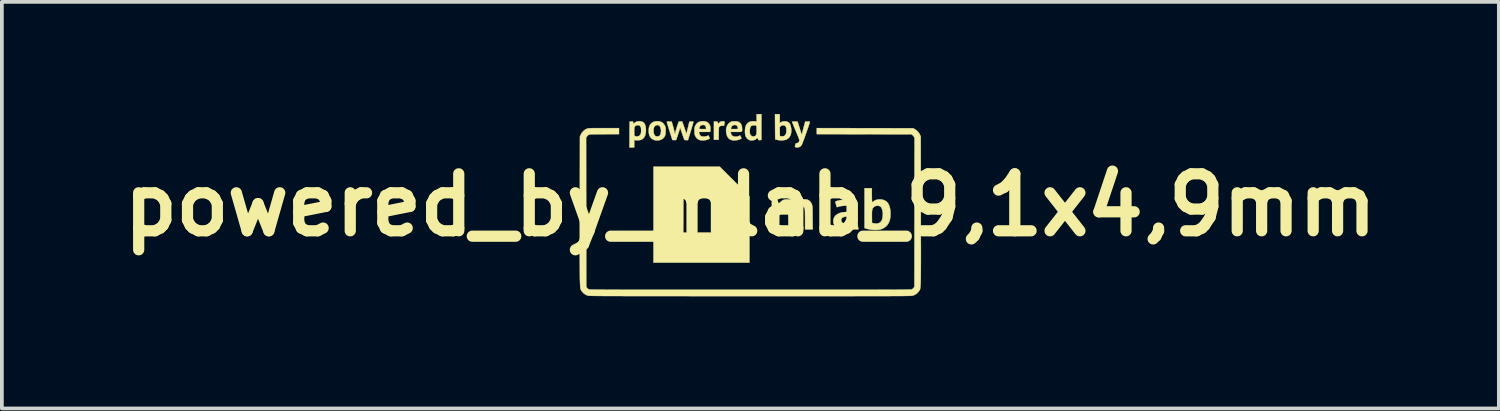
<source format=kicad_pcb>
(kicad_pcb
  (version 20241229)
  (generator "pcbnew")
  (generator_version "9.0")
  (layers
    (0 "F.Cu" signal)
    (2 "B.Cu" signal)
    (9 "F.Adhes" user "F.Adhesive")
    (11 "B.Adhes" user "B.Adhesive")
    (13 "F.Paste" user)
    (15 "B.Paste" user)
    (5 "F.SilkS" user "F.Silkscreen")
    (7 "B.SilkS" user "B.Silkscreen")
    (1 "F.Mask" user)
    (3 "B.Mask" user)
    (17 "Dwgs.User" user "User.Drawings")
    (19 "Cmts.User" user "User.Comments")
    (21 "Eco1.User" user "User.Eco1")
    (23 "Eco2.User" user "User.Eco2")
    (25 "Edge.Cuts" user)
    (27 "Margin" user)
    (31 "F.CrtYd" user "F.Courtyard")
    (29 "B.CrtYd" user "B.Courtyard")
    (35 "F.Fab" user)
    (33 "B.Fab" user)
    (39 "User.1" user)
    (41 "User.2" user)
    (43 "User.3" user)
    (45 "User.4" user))
  (footprint "powered_by_mlab_9,1x4,9mm"
    (layer "F.Cu")
    (at 17.025 2.435)
    (property "Reference" "powered_by_mlab_9,1x4,9mm" (at 0 0 0) (layer "F.SilkS") (effects (font (size 1.524 1.524) (thickness 0.3))))
    (attr through_hole)
    (fp_poly (pts (xy -0.025 -0.233) (xy -0.025 1.541) (xy -2.591 1.541) (xy -2.591 0.737) (xy -1.795 0.737) (xy -0.83 0.737) (xy -0.83 -0.229) (xy -1.31 -0.227) (xy -1.791 -0.224) (xy -1.793 0.256) (xy -1.795 0.737) (xy -2.591 0.737) (xy -2.591 -1.024) (xy -0.817 -1.024) (xy -0.025 -0.233)) (stroke (width 0.01) (type solid)) (fill yes) (layer "F.SilkS"))
    (fp_poly (pts (xy 2.066 0.669) (xy 1.968 0.669) (xy 1.922 0.668) (xy 1.89 0.666) (xy 1.872 0.663) (xy 1.867 0.658) (xy 1.866 0.648) (xy 1.865 0.623) (xy 1.865 0.583) (xy 1.865 0.531) (xy 1.864 0.467) (xy 1.864 0.394) (xy 1.864 0.313) (xy 1.864 0.225) (xy 1.865 0.131) (xy 1.865 0.097) (xy 1.867 -0.453) (xy 1.966 -0.455) (xy 2.066 -0.458) (xy 2.066 0.669)) (stroke (width 0.01) (type solid)) (fill yes) (layer "F.SilkS"))
    (fp_poly (pts (xy -0.722 -2.24) (xy -0.699 -2.235) (xy -0.689 -2.229) (xy -0.688 -2.218) (xy -0.689 -2.211) (xy -0.693 -2.188) (xy -0.698 -2.159) (xy -0.699 -2.153) (xy -0.704 -2.117) (xy -0.74 -2.122) (xy -0.777 -2.121) (xy -0.81 -2.11) (xy -0.834 -2.09) (xy -0.838 -2.083) (xy -0.841 -2.069) (xy -0.843 -2.041) (xy -0.845 -2) (xy -0.846 -1.949) (xy -0.847 -1.906) (xy -0.847 -1.744) (xy -0.974 -1.744) (xy -0.974 -2.236) (xy -0.926 -2.234) (xy -0.898 -2.232) (xy -0.883 -2.227) (xy -0.875 -2.218) (xy -0.869 -2.201) (xy -0.869 -2.198) (xy -0.859 -2.166) (xy -0.839 -2.193) (xy -0.808 -2.223) (xy -0.767 -2.239) (xy -0.722 -2.24) (xy -0.722 -2.24)) (stroke (width 0.01) (type solid)) (fill yes) (layer "F.SilkS"))
    (fp_poly (pts (xy 0.787 -2.193) (xy 0.818 -2.214) (xy 0.861 -2.234) (xy 0.911 -2.241) (xy 0.962 -2.237) (xy 1.009 -2.219) (xy 1.025 -2.209) (xy 1.051 -2.182) (xy 1.071 -2.142) (xy 1.085 -2.092) (xy 1.094 -2.037) (xy 1.095 -1.979) (xy 1.09 -1.923) (xy 1.077 -1.871) (xy 1.072 -1.86) (xy 1.047 -1.818) (xy 1.01 -1.78) (xy 0.969 -1.753) (xy 0.932 -1.741) (xy 0.884 -1.733) (xy 0.832 -1.73) (xy 0.781 -1.733) (xy 0.758 -1.736) (xy 0.727 -1.742) (xy 0.699 -1.749) (xy 0.69 -1.751) (xy 0.665 -1.758) (xy 0.662 -2.084) (xy 0.787 -2.084) (xy 0.787 -1.966) (xy 0.788 -1.914) (xy 0.789 -1.878) (xy 0.792 -1.855) (xy 0.796 -1.844) (xy 0.798 -1.843) (xy 0.812 -1.84) (xy 0.836 -1.838) (xy 0.852 -1.838) (xy 0.885 -1.84) (xy 0.91 -1.85) (xy 0.919 -1.856) (xy 0.942 -1.881) (xy 0.957 -1.916) (xy 0.964 -1.961) (xy 0.965 -1.993) (xy 0.962 -2.047) (xy 0.953 -2.087) (xy 0.935 -2.114) (xy 0.91 -2.129) (xy 0.876 -2.134) (xy 0.847 -2.131) (xy 0.826 -2.121) (xy 0.812 -2.109) (xy 0.787 -2.084) (xy 0.662 -2.084) (xy 0.662 -2.094) (xy 0.66 -2.43) (xy 0.787 -2.43) (xy 0.787 -2.193)) (stroke (width 0.01) (type solid)) (fill yes) (layer "F.SilkS"))
    (fp_poly (pts (xy -2.445 -2.24) (xy -2.388 -2.225) (xy -2.341 -2.196) (xy -2.304 -2.154) (xy -2.289 -2.128) (xy -2.278 -2.104) (xy -2.271 -2.084) (xy -2.267 -2.061) (xy -2.265 -2.032) (xy -2.265 -1.991) (xy -2.265 -1.985) (xy -2.267 -1.927) (xy -2.274 -1.881) (xy -2.287 -1.844) (xy -2.307 -1.812) (xy -2.333 -1.784) (xy -2.375 -1.754) (xy -2.427 -1.735) (xy -2.485 -1.728) (xy -2.546 -1.733) (xy -2.577 -1.741) (xy -2.622 -1.763) (xy -2.662 -1.798) (xy -2.692 -1.841) (xy -2.705 -1.872) (xy -2.714 -1.915) (xy -2.718 -1.966) (xy -2.718 -1.992) (xy -2.591 -1.992) (xy -2.591 -1.99) (xy -2.586 -1.931) (xy -2.572 -1.885) (xy -2.55 -1.854) (xy -2.53 -1.841) (xy -2.492 -1.834) (xy -2.452 -1.841) (xy -2.432 -1.851) (xy -2.416 -1.87) (xy -2.402 -1.901) (xy -2.393 -1.941) (xy -2.39 -1.983) (xy -2.391 -2.01) (xy -2.4 -2.06) (xy -2.414 -2.096) (xy -2.436 -2.121) (xy -2.46 -2.133) (xy -2.484 -2.14) (xy -2.502 -2.139) (xy -2.524 -2.131) (xy -2.528 -2.129) (xy -2.557 -2.109) (xy -2.576 -2.081) (xy -2.587 -2.043) (xy -2.591 -1.992) (xy -2.718 -1.992) (xy -2.718 -2.018) (xy -2.713 -2.066) (xy -2.705 -2.099) (xy -2.68 -2.153) (xy -2.642 -2.194) (xy -2.594 -2.223) (xy -2.535 -2.239) (xy -2.513 -2.242) (xy -2.445 -2.24)) (stroke (width 0.01) (type solid)) (fill yes) (layer "F.SilkS"))
    (fp_poly (pts (xy -2.912 -2.235) (xy -2.867 -2.215) (xy -2.847 -2.2) (xy -2.823 -2.166) (xy -2.806 -2.119) (xy -2.796 -2.06) (xy -2.793 -2.008) (xy -2.799 -1.928) (xy -2.814 -1.863) (xy -2.84 -1.81) (xy -2.877 -1.771) (xy -2.923 -1.745) (xy -2.981 -1.733) (xy -3.01 -1.731) (xy -3.043 -1.732) (xy -3.071 -1.735) (xy -3.088 -1.738) (xy -3.107 -1.745) (xy -3.107 -1.541) (xy -3.234 -1.541) (xy -3.232 -1.886) (xy -3.232 -1.963) (xy -3.107 -1.963) (xy -3.107 -1.917) (xy -3.106 -1.885) (xy -3.102 -1.864) (xy -3.096 -1.851) (xy -3.085 -1.844) (xy -3.069 -1.839) (xy -3.061 -1.837) (xy -3.018 -1.834) (xy -2.98 -1.847) (xy -2.961 -1.861) (xy -2.943 -1.885) (xy -2.93 -1.912) (xy -2.929 -1.913) (xy -2.924 -1.947) (xy -2.921 -1.988) (xy -2.923 -2.031) (xy -2.928 -2.068) (xy -2.933 -2.088) (xy -2.953 -2.116) (xy -2.982 -2.133) (xy -3.015 -2.138) (xy -3.048 -2.132) (xy -3.077 -2.115) (xy -3.091 -2.097) (xy -3.098 -2.083) (xy -3.103 -2.067) (xy -3.105 -2.044) (xy -3.107 -2.011) (xy -3.107 -1.965) (xy -3.107 -1.963) (xy -3.232 -1.963) (xy -3.23 -2.231) (xy -3.186 -2.234) (xy -3.16 -2.234) (xy -3.146 -2.232) (xy -3.139 -2.224) (xy -3.136 -2.212) (xy -3.129 -2.189) (xy -3.122 -2.181) (xy -3.11 -2.187) (xy -3.1 -2.196) (xy -3.06 -2.224) (xy -3.012 -2.239) (xy -2.961 -2.243) (xy -2.912 -2.235)) (stroke (width 0.01) (type solid)) (fill yes) (layer "F.SilkS"))
    (fp_poly (pts (xy 3.251 -0.262) (xy 3.252 -0.192) (xy 3.253 -0.139) (xy 3.255 -0.102) (xy 3.257 -0.081) (xy 3.26 -0.076) (xy 3.272 -0.081) (xy 3.291 -0.093) (xy 3.3 -0.101) (xy 3.353 -0.132) (xy 3.414 -0.148) (xy 3.482 -0.151) (xy 3.551 -0.139) (xy 3.61 -0.116) (xy 3.658 -0.079) (xy 3.696 -0.029) (xy 3.723 0.034) (xy 3.741 0.11) (xy 3.75 0.2) (xy 3.75 0.237) (xy 3.745 0.33) (xy 3.729 0.411) (xy 3.701 0.48) (xy 3.662 0.54) (xy 3.633 0.57) (xy 3.579 0.611) (xy 3.518 0.641) (xy 3.448 0.66) (xy 3.368 0.667) (xy 3.276 0.664) (xy 3.23 0.659) (xy 3.188 0.652) (xy 3.143 0.642) (xy 3.114 0.635) (xy 3.056 0.618) (xy 3.056 0.281) (xy 3.253 0.281) (xy 3.253 0.313) (xy 3.255 0.478) (xy 3.294 0.488) (xy 3.355 0.498) (xy 3.412 0.493) (xy 3.432 0.487) (xy 3.469 0.468) (xy 3.498 0.44) (xy 3.52 0.401) (xy 3.535 0.348) (xy 3.541 0.313) (xy 3.546 0.248) (xy 3.542 0.187) (xy 3.531 0.131) (xy 3.514 0.085) (xy 3.49 0.05) (xy 3.479 0.04) (xy 3.442 0.023) (xy 3.399 0.018) (xy 3.356 0.025) (xy 3.316 0.044) (xy 3.307 0.052) (xy 3.289 0.069) (xy 3.275 0.087) (xy 3.265 0.109) (xy 3.259 0.137) (xy 3.255 0.173) (xy 3.253 0.22) (xy 3.253 0.281) (xy 3.056 0.281) (xy 3.056 -0.449) (xy 3.251 -0.449) (xy 3.251 -0.262)) (stroke (width 0.01) (type solid)) (fill yes) (layer "F.SilkS"))
    (fp_poly (pts (xy -0.353 -2.235) (xy -0.315 -2.224) (xy -0.308 -2.221) (xy -0.269 -2.192) (xy -0.242 -2.155) (xy -0.226 -2.107) (xy -0.22 -2.046) (xy -0.22 -2.04) (xy -0.22 -2.01) (xy -0.221 -1.989) (xy -0.225 -1.974) (xy -0.236 -1.964) (xy -0.254 -1.959) (xy -0.282 -1.956) (xy -0.322 -1.956) (xy -0.378 -1.956) (xy -0.527 -1.956) (xy -0.522 -1.933) (xy -0.511 -1.892) (xy -0.494 -1.863) (xy -0.472 -1.846) (xy -0.439 -1.833) (xy -0.397 -1.829) (xy -0.353 -1.832) (xy -0.313 -1.843) (xy -0.308 -1.845) (xy -0.273 -1.861) (xy -0.255 -1.823) (xy -0.245 -1.801) (xy -0.238 -1.785) (xy -0.237 -1.782) (xy -0.244 -1.776) (xy -0.262 -1.766) (xy -0.284 -1.755) (xy -0.329 -1.741) (xy -0.381 -1.732) (xy -0.434 -1.729) (xy -0.483 -1.733) (xy -0.505 -1.739) (xy -0.554 -1.761) (xy -0.591 -1.795) (xy -0.619 -1.84) (xy -0.639 -1.899) (xy -0.643 -1.922) (xy -0.65 -1.994) (xy -0.646 -2.032) (xy -0.519 -2.032) (xy -0.424 -2.032) (xy -0.38 -2.033) (xy -0.351 -2.034) (xy -0.335 -2.038) (xy -0.33 -2.043) (xy -0.33 -2.043) (xy -0.334 -2.07) (xy -0.345 -2.099) (xy -0.359 -2.122) (xy -0.366 -2.129) (xy -0.387 -2.137) (xy -0.414 -2.142) (xy -0.421 -2.142) (xy -0.459 -2.134) (xy -0.489 -2.113) (xy -0.509 -2.082) (xy -0.514 -2.064) (xy -0.519 -2.032) (xy -0.646 -2.032) (xy -0.643 -2.06) (xy -0.623 -2.119) (xy -0.592 -2.17) (xy -0.549 -2.209) (xy -0.529 -2.221) (xy -0.494 -2.233) (xy -0.449 -2.24) (xy -0.4 -2.24) (xy -0.353 -2.235)) (stroke (width 0.01) (type solid)) (fill yes) (layer "F.SilkS"))
    (fp_poly (pts (xy 0.296 -2.091) (xy 0.296 -2.017) (xy 0.296 -1.948) (xy 0.296 -1.886) (xy 0.296 -1.834) (xy 0.296 -1.792) (xy 0.296 -1.762) (xy 0.296 -1.748) (xy 0.296 -1.746) (xy 0.289 -1.742) (xy 0.27 -1.739) (xy 0.255 -1.737) (xy 0.23 -1.736) (xy 0.217 -1.739) (xy 0.211 -1.749) (xy 0.207 -1.763) (xy 0.201 -1.787) (xy 0.194 -1.796) (xy 0.183 -1.791) (xy 0.165 -1.774) (xy 0.126 -1.746) (xy 0.078 -1.731) (xy 0.025 -1.728) (xy -0.025 -1.738) (xy -0.063 -1.758) (xy -0.096 -1.791) (xy -0.122 -1.833) (xy -0.132 -1.859) (xy -0.14 -1.902) (xy -0.144 -1.953) (xy -0.016 -1.953) (xy -0.011 -1.912) (xy 0.001 -1.881) (xy 0.013 -1.863) (xy 0.042 -1.841) (xy 0.077 -1.833) (xy 0.116 -1.841) (xy 0.129 -1.847) (xy 0.145 -1.859) (xy 0.156 -1.878) (xy 0.164 -1.906) (xy 0.168 -1.946) (xy 0.169 -2) (xy 0.169 -2.01) (xy 0.169 -2.058) (xy 0.167 -2.092) (xy 0.162 -2.113) (xy 0.152 -2.126) (xy 0.136 -2.132) (xy 0.112 -2.134) (xy 0.098 -2.134) (xy 0.056 -2.129) (xy 0.026 -2.116) (xy 0.005 -2.091) (xy -0.008 -2.053) (xy -0.015 -2.005) (xy -0.016 -1.953) (xy -0.144 -1.953) (xy -0.144 -1.953) (xy -0.143 -2.006) (xy -0.138 -2.057) (xy -0.129 -2.101) (xy -0.119 -2.125) (xy -0.094 -2.167) (xy -0.066 -2.197) (xy -0.031 -2.22) (xy -0.03 -2.22) (xy 0.007 -2.233) (xy 0.053 -2.241) (xy 0.099 -2.242) (xy 0.138 -2.237) (xy 0.169 -2.228) (xy 0.169 -2.43) (xy 0.296 -2.43) (xy 0.296 -2.091)) (stroke (width 0.01) (type solid)) (fill yes) (layer "F.SilkS"))
    (fp_poly (pts (xy 1.582 -2.233) (xy 1.59 -2.228) (xy 1.592 -2.223) (xy 1.589 -2.21) (xy 1.581 -2.183) (xy 1.569 -2.145) (xy 1.553 -2.098) (xy 1.535 -2.044) (xy 1.514 -1.985) (xy 1.493 -1.923) (xy 1.471 -1.862) (xy 1.45 -1.802) (xy 1.43 -1.747) (xy 1.411 -1.699) (xy 1.396 -1.659) (xy 1.384 -1.63) (xy 1.377 -1.614) (xy 1.348 -1.575) (xy 1.314 -1.552) (xy 1.273 -1.542) (xy 1.257 -1.541) (xy 1.23 -1.543) (xy 1.209 -1.546) (xy 1.203 -1.549) (xy 1.196 -1.556) (xy 1.195 -1.568) (xy 1.199 -1.591) (xy 1.201 -1.604) (xy 1.208 -1.631) (xy 1.215 -1.645) (xy 1.224 -1.65) (xy 1.236 -1.651) (xy 1.264 -1.659) (xy 1.29 -1.678) (xy 1.308 -1.706) (xy 1.311 -1.714) (xy 1.312 -1.724) (xy 1.311 -1.736) (xy 1.307 -1.754) (xy 1.299 -1.779) (xy 1.286 -1.812) (xy 1.269 -1.855) (xy 1.246 -1.911) (xy 1.218 -1.977) (xy 1.193 -2.037) (xy 1.171 -2.091) (xy 1.151 -2.14) (xy 1.135 -2.179) (xy 1.124 -2.207) (xy 1.119 -2.223) (xy 1.118 -2.225) (xy 1.122 -2.23) (xy 1.137 -2.233) (xy 1.164 -2.234) (xy 1.19 -2.233) (xy 1.263 -2.231) (xy 1.314 -2.07) (xy 1.33 -2.02) (xy 1.344 -1.974) (xy 1.357 -1.936) (xy 1.366 -1.908) (xy 1.371 -1.894) (xy 1.371 -1.893) (xy 1.375 -1.89) (xy 1.381 -1.901) (xy 1.389 -1.928) (xy 1.396 -1.956) (xy 1.406 -1.999) (xy 1.42 -2.051) (xy 1.434 -2.103) (xy 1.442 -2.134) (xy 1.469 -2.231) (xy 1.531 -2.233) (xy 1.563 -2.234) (xy 1.582 -2.233)) (stroke (width 0.01) (type solid)) (fill yes) (layer "F.SilkS"))
    (fp_poly (pts (xy -1.24 -2.242) (xy -1.183 -2.23) (xy -1.136 -2.206) (xy -1.101 -2.169) (xy -1.078 -2.123) (xy -1.067 -2.066) (xy -1.07 -2) (xy -1.07 -1.995) (xy -1.076 -1.956) (xy -1.374 -1.956) (xy -1.369 -1.924) (xy -1.355 -1.884) (xy -1.33 -1.852) (xy -1.312 -1.839) (xy -1.288 -1.833) (xy -1.254 -1.831) (xy -1.216 -1.833) (xy -1.18 -1.839) (xy -1.152 -1.848) (xy -1.152 -1.848) (xy -1.133 -1.857) (xy -1.122 -1.861) (xy -1.121 -1.861) (xy -1.117 -1.852) (xy -1.107 -1.834) (xy -1.101 -1.821) (xy -1.09 -1.798) (xy -1.087 -1.786) (xy -1.09 -1.778) (xy -1.097 -1.772) (xy -1.131 -1.755) (xy -1.175 -1.741) (xy -1.226 -1.732) (xy -1.277 -1.729) (xy -1.324 -1.732) (xy -1.342 -1.735) (xy -1.392 -1.754) (xy -1.431 -1.784) (xy -1.463 -1.827) (xy -1.475 -1.85) (xy -1.484 -1.872) (xy -1.49 -1.895) (xy -1.493 -1.922) (xy -1.494 -1.959) (xy -1.494 -1.985) (xy -1.494 -2.028) (xy -1.493 -2.04) (xy -1.372 -2.04) (xy -1.364 -2.037) (xy -1.341 -2.034) (xy -1.307 -2.032) (xy -1.278 -2.032) (xy -1.185 -2.032) (xy -1.185 -2.058) (xy -1.19 -2.086) (xy -1.201 -2.113) (xy -1.217 -2.133) (xy -1.224 -2.137) (xy -1.251 -2.142) (xy -1.283 -2.141) (xy -1.312 -2.135) (xy -1.325 -2.129) (xy -1.34 -2.113) (xy -1.355 -2.088) (xy -1.367 -2.061) (xy -1.372 -2.04) (xy -1.493 -2.04) (xy -1.492 -2.058) (xy -1.489 -2.081) (xy -1.482 -2.102) (xy -1.472 -2.125) (xy -1.47 -2.128) (xy -1.438 -2.177) (xy -1.395 -2.212) (xy -1.342 -2.234) (xy -1.279 -2.243) (xy -1.24 -2.242)) (stroke (width 0.01) (type solid)) (fill yes) (layer "F.SilkS"))
    (fp_poly (pts (xy -1.779 -2.11) (xy -1.763 -2.062) (xy -1.747 -2.017) (xy -1.735 -1.977) (xy -1.726 -1.947) (xy -1.724 -1.938) (xy -1.717 -1.913) (xy -1.713 -1.902) (xy -1.71 -1.905) (xy -1.707 -1.918) (xy -1.703 -1.934) (xy -1.696 -1.964) (xy -1.686 -2.003) (xy -1.675 -2.049) (xy -1.665 -2.087) (xy -1.63 -2.231) (xy -1.577 -2.233) (xy -1.547 -2.234) (xy -1.531 -2.232) (xy -1.525 -2.227) (xy -1.524 -2.222) (xy -1.526 -2.21) (xy -1.533 -2.185) (xy -1.543 -2.149) (xy -1.556 -2.105) (xy -1.571 -2.056) (xy -1.571 -2.055) (xy -1.588 -1.999) (xy -1.606 -1.942) (xy -1.622 -1.889) (xy -1.636 -1.844) (xy -1.644 -1.818) (xy -1.669 -1.735) (xy -1.716 -1.737) (xy -1.763 -1.74) (xy -1.805 -1.854) (xy -1.821 -1.901) (xy -1.837 -1.947) (xy -1.851 -1.989) (xy -1.861 -2.02) (xy -1.862 -2.024) (xy -1.87 -2.052) (xy -1.876 -2.066) (xy -1.879 -2.067) (xy -1.883 -2.057) (xy -1.883 -2.053) (xy -1.888 -2.037) (xy -1.897 -2.008) (xy -1.909 -1.969) (xy -1.924 -1.924) (xy -1.937 -1.884) (xy -1.985 -1.74) (xy -2.034 -1.737) (xy -2.066 -1.737) (xy -2.083 -1.741) (xy -2.087 -1.746) (xy -2.096 -1.774) (xy -2.108 -1.812) (xy -2.123 -1.859) (xy -2.139 -1.91) (xy -2.157 -1.965) (xy -2.174 -2.02) (xy -2.19 -2.073) (xy -2.205 -2.122) (xy -2.218 -2.164) (xy -2.228 -2.197) (xy -2.234 -2.218) (xy -2.235 -2.225) (xy -2.231 -2.23) (xy -2.217 -2.233) (xy -2.191 -2.234) (xy -2.17 -2.233) (xy -2.105 -2.231) (xy -2.069 -2.108) (xy -2.056 -2.061) (xy -2.044 -2.015) (xy -2.035 -1.975) (xy -2.029 -1.946) (xy -2.028 -1.939) (xy -2.023 -1.914) (xy -2.018 -1.905) (xy -2.012 -1.913) (xy -2.006 -1.937) (xy -2.002 -1.954) (xy -1.998 -1.976) (xy -1.988 -2.009) (xy -1.976 -2.05) (xy -1.962 -2.095) (xy -1.956 -2.111) (xy -1.916 -2.231) (xy -1.87 -2.233) (xy -1.824 -2.236) (xy -1.779 -2.11)) (stroke (width 0.01) (type solid)) (fill yes) (layer "F.SilkS"))
    (fp_poly (pts (xy 1.489 -0.15) (xy 1.522 -0.144) (xy 1.527 -0.143) (xy 1.567 -0.124) (xy 1.604 -0.091) (xy 1.633 -0.047) (xy 1.645 -0.021) (xy 1.649 -0.007) (xy 1.653 0.007) (xy 1.657 0.023) (xy 1.659 0.042) (xy 1.661 0.068) (xy 1.663 0.101) (xy 1.664 0.143) (xy 1.665 0.197) (xy 1.665 0.264) (xy 1.666 0.341) (xy 1.669 0.652) (xy 1.465 0.652) (xy 1.465 0.393) (xy 1.464 0.309) (xy 1.463 0.238) (xy 1.462 0.179) (xy 1.46 0.134) (xy 1.457 0.105) (xy 1.455 0.097) (xy 1.441 0.062) (xy 1.42 0.039) (xy 1.388 0.028) (xy 1.354 0.025) (xy 1.31 0.031) (xy 1.276 0.049) (xy 1.248 0.082) (xy 1.236 0.102) (xy 1.231 0.113) (xy 1.227 0.124) (xy 1.224 0.139) (xy 1.222 0.159) (xy 1.221 0.186) (xy 1.22 0.223) (xy 1.219 0.271) (xy 1.219 0.333) (xy 1.219 0.394) (xy 1.219 0.652) (xy 1.12 0.65) (xy 1.02 0.648) (xy 1.016 0.373) (xy 1.014 0.281) (xy 1.012 0.205) (xy 1.009 0.147) (xy 1.007 0.105) (xy 1.003 0.081) (xy 1.002 0.075) (xy 0.981 0.046) (xy 0.95 0.03) (xy 0.912 0.025) (xy 0.866 0.031) (xy 0.829 0.05) (xy 0.798 0.082) (xy 0.775 0.113) (xy 0.772 0.382) (xy 0.77 0.652) (xy 0.576 0.652) (xy 0.576 -0.135) (xy 0.727 -0.135) (xy 0.736 -0.104) (xy 0.742 -0.08) (xy 0.745 -0.061) (xy 0.745 -0.059) (xy 0.747 -0.045) (xy 0.755 -0.042) (xy 0.771 -0.05) (xy 0.795 -0.07) (xy 0.802 -0.077) (xy 0.838 -0.108) (xy 0.869 -0.128) (xy 0.899 -0.141) (xy 0.935 -0.148) (xy 0.975 -0.151) (xy 1.038 -0.15) (xy 1.088 -0.14) (xy 1.128 -0.119) (xy 1.16 -0.087) (xy 1.178 -0.057) (xy 1.195 -0.024) (xy 1.22 -0.057) (xy 1.258 -0.097) (xy 1.306 -0.129) (xy 1.337 -0.142) (xy 1.365 -0.148) (xy 1.404 -0.151) (xy 1.447 -0.152) (xy 1.489 -0.15)) (stroke (width 0.01) (type solid)) (fill yes) (layer "F.SilkS"))
    (fp_poly (pts (xy 2.673 -0.144) (xy 2.737 -0.128) (xy 2.788 -0.1) (xy 2.829 -0.062) (xy 2.857 -0.017) (xy 2.862 -0.005) (xy 2.866 0.007) (xy 2.869 0.021) (xy 2.871 0.04) (xy 2.872 0.065) (xy 2.873 0.099) (xy 2.873 0.143) (xy 2.873 0.201) (xy 2.872 0.273) (xy 2.871 0.363) (xy 2.872 0.438) (xy 2.874 0.499) (xy 2.876 0.548) (xy 2.88 0.587) (xy 2.886 0.617) (xy 2.893 0.64) (xy 2.893 0.64) (xy 2.893 0.646) (xy 2.885 0.649) (xy 2.868 0.651) (xy 2.838 0.651) (xy 2.814 0.65) (xy 2.731 0.648) (xy 2.716 0.597) (xy 2.707 0.571) (xy 2.7 0.551) (xy 2.697 0.544) (xy 2.69 0.548) (xy 2.676 0.561) (xy 2.664 0.573) (xy 2.616 0.615) (xy 2.562 0.643) (xy 2.499 0.656) (xy 2.477 0.658) (xy 2.431 0.658) (xy 2.394 0.654) (xy 2.362 0.644) (xy 2.313 0.619) (xy 2.273 0.582) (xy 2.244 0.536) (xy 2.225 0.486) (xy 2.219 0.433) (xy 2.22 0.418) (xy 2.431 0.418) (xy 2.442 0.451) (xy 2.465 0.476) (xy 2.492 0.49) (xy 2.525 0.494) (xy 2.563 0.492) (xy 2.597 0.483) (xy 2.603 0.48) (xy 2.62 0.469) (xy 2.641 0.452) (xy 2.648 0.446) (xy 2.663 0.431) (xy 2.671 0.417) (xy 2.675 0.398) (xy 2.675 0.368) (xy 2.675 0.362) (xy 2.675 0.305) (xy 2.614 0.305) (xy 2.557 0.308) (xy 2.508 0.318) (xy 2.47 0.334) (xy 2.447 0.353) (xy 2.432 0.384) (xy 2.431 0.418) (xy 2.22 0.418) (xy 2.225 0.38) (xy 2.243 0.33) (xy 2.276 0.286) (xy 2.279 0.282) (xy 2.327 0.245) (xy 2.381 0.217) (xy 2.446 0.199) (xy 2.521 0.189) (xy 2.588 0.186) (xy 2.674 0.186) (xy 2.68 0.153) (xy 2.681 0.11) (xy 2.671 0.072) (xy 2.651 0.042) (xy 2.639 0.033) (xy 2.625 0.025) (xy 2.61 0.021) (xy 2.59 0.018) (xy 2.561 0.018) (xy 2.519 0.02) (xy 2.448 0.026) (xy 2.389 0.036) (xy 2.371 0.041) (xy 2.343 0.05) (xy 2.323 0.055) (xy 2.315 0.057) (xy 2.315 0.057) (xy 2.312 0.048) (xy 2.305 0.028) (xy 2.296 -0.002) (xy 2.292 -0.017) (xy 2.281 -0.054) (xy 2.276 -0.078) (xy 2.277 -0.091) (xy 2.28 -0.095) (xy 2.3 -0.103) (xy 2.333 -0.113) (xy 2.374 -0.123) (xy 2.421 -0.132) (xy 2.469 -0.14) (xy 2.509 -0.145) (xy 2.597 -0.15) (xy 2.673 -0.144)) (stroke (width 0.01) (type solid)) (fill yes) (layer "F.SilkS"))
    (fp_poly (pts (xy 4.356 -2.053) (xy 4.393 -2.033) (xy 4.448 -1.996) (xy 4.495 -1.948) (xy 4.531 -1.895) (xy 4.535 -1.886) (xy 4.559 -1.833) (xy 4.562 0.165) (xy 4.562 0.385) (xy 4.562 0.59) (xy 4.562 0.778) (xy 4.562 0.952) (xy 4.563 1.112) (xy 4.563 1.257) (xy 4.563 1.39) (xy 4.563 1.51) (xy 4.562 1.618) (xy 4.562 1.716) (xy 4.561 1.803) (xy 4.561 1.88) (xy 4.56 1.947) (xy 4.559 2.007) (xy 4.558 2.058) (xy 4.556 2.102) (xy 4.554 2.14) (xy 4.552 2.171) (xy 4.55 2.197) (xy 4.547 2.219) (xy 4.544 2.236) (xy 4.541 2.251) (xy 4.538 2.262) (xy 4.534 2.271) (xy 4.529 2.279) (xy 4.525 2.286) (xy 4.52 2.293) (xy 4.514 2.301) (xy 4.508 2.309) (xy 4.508 2.309) (xy 4.468 2.356) (xy 4.416 2.394) (xy 4.356 2.421) (xy 4.34 2.425) (xy 4.334 2.426) (xy 4.327 2.427) (xy 4.317 2.428) (xy 4.303 2.429) (xy 4.285 2.43) (xy 4.263 2.431) (xy 4.237 2.431) (xy 4.205 2.432) (xy 4.168 2.433) (xy 4.125 2.433) (xy 4.076 2.434) (xy 4.02 2.434) (xy 3.957 2.435) (xy 3.886 2.435) (xy 3.806 2.435) (xy 3.719 2.436) (xy 3.622 2.436) (xy 3.516 2.436) (xy 3.401 2.437) (xy 3.275 2.437) (xy 3.138 2.437) (xy 2.99 2.437) (xy 2.831 2.437) (xy 2.66 2.438) (xy 2.477 2.438) (xy 2.28 2.438) (xy 2.071 2.438) (xy 1.848 2.438) (xy 1.61 2.438) (xy 1.358 2.438) (xy 1.092 2.438) (xy 0.809 2.438) (xy 0.511 2.438) (xy 0.197 2.438) (xy -0.004 2.438) (xy -0.33 2.438) (xy -0.639 2.438) (xy -0.932 2.438) (xy -1.209 2.438) (xy -1.471 2.438) (xy -1.719 2.437) (xy -1.952 2.437) (xy -2.171 2.437) (xy -2.376 2.437) (xy -2.568 2.437) (xy -2.748 2.437) (xy -2.915 2.437) (xy -3.071 2.436) (xy -3.215 2.436) (xy -3.348 2.436) (xy -3.47 2.435) (xy -3.582 2.435) (xy -3.685 2.435) (xy -3.778 2.434) (xy -3.862 2.434) (xy -3.938 2.434) (xy -4.006 2.433) (xy -4.066 2.433) (xy -4.119 2.432) (xy -4.165 2.432) (xy -4.205 2.431) (xy -4.239 2.43) (xy -4.267 2.43) (xy -4.29 2.429) (xy -4.309 2.428) (xy -4.323 2.427) (xy -4.333 2.426) (xy -4.34 2.425) (xy -4.343 2.425) (xy -4.402 2.402) (xy -4.455 2.367) (xy -4.498 2.323) (xy -4.508 2.309) (xy -4.514 2.301) (xy -4.52 2.293) (xy -4.525 2.286) (xy -4.529 2.279) (xy -4.534 2.271) (xy -4.538 2.262) (xy -4.541 2.251) (xy -4.544 2.237) (xy -4.547 2.219) (xy -4.55 2.198) (xy -4.552 2.172) (xy -4.554 2.14) (xy -4.556 2.103) (xy -4.557 2.059) (xy -4.559 2.008) (xy -4.56 1.949) (xy -4.561 1.881) (xy -4.561 1.804) (xy -4.562 1.717) (xy -4.562 1.62) (xy -4.563 1.512) (xy -4.563 1.392) (xy -4.563 1.26) (xy -4.563 1.114) (xy -4.562 0.955) (xy -4.562 0.782) (xy -4.562 0.593) (xy -4.562 0.389) (xy -4.562 0.169) (xy -4.562 0.165) (xy -4.559 -1.833) (xy -4.535 -1.886) (xy -4.502 -1.94) (xy -4.458 -1.987) (xy -4.408 -2.023) (xy -4.373 -2.04) (xy -4.361 -2.044) (xy -4.35 -2.047) (xy -4.336 -2.05) (xy -4.319 -2.052) (xy -4.296 -2.054) (xy -4.267 -2.055) (xy -4.23 -2.056) (xy -4.183 -2.057) (xy -4.124 -2.057) (xy -4.053 -2.057) (xy -3.967 -2.057) (xy -3.92 -2.057) (xy -3.514 -2.057) (xy -3.514 -1.897) (xy -3.911 -1.895) (xy -4.003 -1.894) (xy -4.08 -1.894) (xy -4.143 -1.893) (xy -4.194 -1.892) (xy -4.234 -1.891) (xy -4.264 -1.89) (xy -4.287 -1.888) (xy -4.303 -1.886) (xy -4.314 -1.884) (xy -4.322 -1.881) (xy -4.329 -1.877) (xy -4.332 -1.875) (xy -4.354 -1.855) (xy -4.374 -1.831) (xy -4.375 -1.829) (xy -4.394 -1.801) (xy -4.392 0.194) (xy -4.39 2.189) (xy -4.371 2.215) (xy -4.35 2.237) (xy -4.325 2.255) (xy -4.323 2.255) (xy -4.32 2.256) (xy -4.315 2.257) (xy -4.308 2.258) (xy -4.297 2.259) (xy -4.284 2.26) (xy -4.267 2.261) (xy -4.245 2.262) (xy -4.219 2.262) (xy -4.189 2.263) (xy -4.152 2.263) (xy -4.11 2.264) (xy -4.062 2.265) (xy -4.006 2.265) (xy -3.944 2.265) (xy -3.874 2.266) (xy -3.796 2.266) (xy -3.71 2.267) (xy -3.615 2.267) (xy -3.51 2.267) (xy -3.396 2.268) (xy -3.272 2.268) (xy -3.137 2.268) (xy -2.991 2.268) (xy -2.833 2.268) (xy -2.664 2.268) (xy -2.482 2.269) (xy -2.288 2.269) (xy -2.08 2.269) (xy -1.859 2.269) (xy -1.623 2.269) (xy -1.374 2.269) (xy -1.109 2.269) (xy -0.829 2.269) (xy -0.533 2.269) (xy -0.221 2.269) (xy 0 2.269) (xy 0.323 2.269) (xy 0.63 2.269) (xy 0.921 2.269) (xy 1.196 2.269) (xy 1.456 2.269) (xy 1.701 2.269) (xy 1.932 2.269) (xy 2.148 2.269) (xy 2.352 2.269) (xy 2.542 2.269) (xy 2.72 2.268) (xy 2.885 2.268) (xy 3.039 2.268) (xy 3.181 2.268) (xy 3.313 2.268) (xy 3.434 2.267) (xy 3.545 2.267) (xy 3.647 2.267) (xy 3.739 2.267) (xy 3.822 2.266) (xy 3.898 2.266) (xy 3.965 2.265) (xy 4.025 2.265) (xy 4.078 2.264) (xy 4.124 2.264) (xy 4.165 2.263) (xy 4.199 2.263) (xy 4.228 2.262) (xy 4.253 2.261) (xy 4.273 2.261) (xy 4.289 2.26) (xy 4.301 2.259) (xy 4.31 2.258) (xy 4.317 2.257) (xy 4.321 2.256) (xy 4.323 2.255) (xy 4.349 2.238) (xy 4.37 2.216) (xy 4.371 2.215) (xy 4.39 2.189) (xy 4.392 0.194) (xy 4.394 -1.801) (xy 4.375 -1.829) (xy 4.356 -1.853) (xy 4.334 -1.873) (xy 4.332 -1.875) (xy 4.308 -1.892) (xy 3.043 -1.894) (xy 1.778 -1.897) (xy 1.778 -2.058) (xy 4.356 -2.053)) (stroke (width 0.01) (type solid)) (fill yes) (layer "F.SilkS")))
  (gr_rect
    (start -3 -3)
    (end 37.051 7.878)
    (stroke (width 0.1) (type default))
    (fill no)
    (layer "Edge.Cuts")))
</source>
